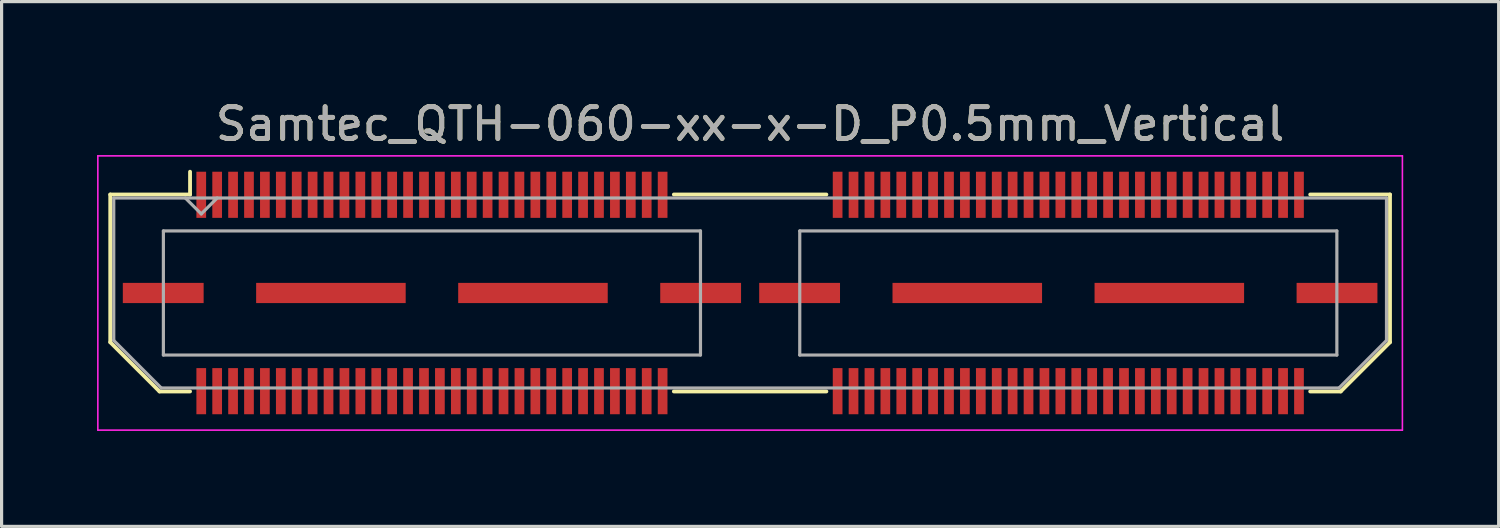
<source format=kicad_pcb>
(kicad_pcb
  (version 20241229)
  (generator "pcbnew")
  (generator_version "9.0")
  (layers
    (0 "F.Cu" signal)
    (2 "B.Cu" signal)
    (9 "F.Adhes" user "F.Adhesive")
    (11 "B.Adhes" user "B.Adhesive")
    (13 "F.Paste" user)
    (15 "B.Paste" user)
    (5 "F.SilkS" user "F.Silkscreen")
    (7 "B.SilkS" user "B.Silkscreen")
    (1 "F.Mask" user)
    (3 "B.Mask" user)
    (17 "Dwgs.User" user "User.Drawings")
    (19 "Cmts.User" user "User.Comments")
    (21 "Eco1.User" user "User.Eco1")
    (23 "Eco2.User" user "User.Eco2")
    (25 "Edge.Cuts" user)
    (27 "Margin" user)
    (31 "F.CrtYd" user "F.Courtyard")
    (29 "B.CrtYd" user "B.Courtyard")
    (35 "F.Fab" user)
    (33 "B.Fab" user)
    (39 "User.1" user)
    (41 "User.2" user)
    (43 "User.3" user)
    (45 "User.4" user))
  (footprint "Samtec_QTH-060-xx-x-D_P0.5mm_Vertical"
    (layer "F.Cu")
    (at 20.525 6.158)
    (property "Reference" "Samtec_QTH-060-xx-x-D_P0.5mm_Vertical" (at 0 -5.31 0) (layer "F.SilkS") (effects (font (size 1 1) (thickness 0.15))))
    (attr smd)
    (fp_line (start -20.11 -3.095) (end -20.11 1.548) (stroke (width 0.12) (type solid)) (layer "F.SilkS"))
    (fp_line (start -20.11 1.548) (end -18.562 3.095) (stroke (width 0.12) (type solid)) (layer "F.SilkS"))
    (fp_line (start -18.562 3.095) (end -17.602 3.095) (stroke (width 0.12) (type solid)) (layer "F.SilkS"))
    (fp_line (start -17.602 -3.811) (end -17.602 -3.095) (stroke (width 0.12) (type solid)) (layer "F.SilkS"))
    (fp_line (start -17.602 -3.095) (end -20.11 -3.095) (stroke (width 0.12) (type solid)) (layer "F.SilkS"))
    (fp_line (start -2.397 -3.095) (end 2.397 -3.095) (stroke (width 0.12) (type solid)) (layer "F.SilkS"))
    (fp_line (start -2.397 3.095) (end 2.397 3.095) (stroke (width 0.12) (type solid)) (layer "F.SilkS"))
    (fp_line (start 17.602 -3.095) (end 20.11 -3.095) (stroke (width 0.12) (type solid)) (layer "F.SilkS"))
    (fp_line (start 18.562 3.095) (end 17.602 3.095) (stroke (width 0.12) (type solid)) (layer "F.SilkS"))
    (fp_line (start 20.11 -3.095) (end 20.11 1.548) (stroke (width 0.12) (type solid)) (layer "F.SilkS"))
    (fp_line (start 20.11 1.548) (end 18.562 3.095) (stroke (width 0.12) (type solid)) (layer "F.SilkS"))
    (fp_line (start -20.5 -4.31) (end -20.5 4.31) (stroke (width 0.05) (type solid)) (layer "F.CrtYd"))
    (fp_line (start -20.5 4.31) (end 20.5 4.31) (stroke (width 0.05) (type solid)) (layer "F.CrtYd"))
    (fp_line (start 20.5 -4.31) (end -20.5 -4.31) (stroke (width 0.05) (type solid)) (layer "F.CrtYd"))
    (fp_line (start 20.5 4.31) (end 20.5 -4.31) (stroke (width 0.05) (type solid)) (layer "F.CrtYd"))
    (fp_line (start -20 -2.985) (end -20 1.492) (stroke (width 0.1) (type solid)) (layer "F.Fab"))
    (fp_line (start -20 -2.985) (end 20 -2.985) (stroke (width 0.1) (type solid)) (layer "F.Fab"))
    (fp_line (start -20 1.492) (end -18.508 2.985) (stroke (width 0.1) (type solid)) (layer "F.Fab"))
    (fp_line (start -18.508 2.985) (end 18.508 2.985) (stroke (width 0.1) (type solid)) (layer "F.Fab"))
    (fp_line (start -18.44 -1.95) (end -18.44 1.95) (stroke (width 0.1) (type solid)) (layer "F.Fab"))
    (fp_line (start -18.44 1.95) (end -1.56 1.95) (stroke (width 0.1) (type solid)) (layer "F.Fab"))
    (fp_line (start -17.25 -2.485) (end -17.75 -2.985) (stroke (width 0.1) (type solid)) (layer "F.Fab"))
    (fp_line (start -16.75 -2.985) (end -17.25 -2.485) (stroke (width 0.1) (type solid)) (layer "F.Fab"))
    (fp_line (start -1.56 -1.95) (end -18.44 -1.95) (stroke (width 0.1) (type solid)) (layer "F.Fab"))
    (fp_line (start -1.56 1.95) (end -1.56 -1.95) (stroke (width 0.1) (type solid)) (layer "F.Fab"))
    (fp_line (start 1.56 -1.95) (end 1.56 1.95) (stroke (width 0.1) (type solid)) (layer "F.Fab"))
    (fp_line (start 1.56 1.95) (end 18.44 1.95) (stroke (width 0.1) (type solid)) (layer "F.Fab"))
    (fp_line (start 18.44 -1.95) (end 1.56 -1.95) (stroke (width 0.1) (type solid)) (layer "F.Fab"))
    (fp_line (start 18.44 1.95) (end 18.44 -1.95) (stroke (width 0.1) (type solid)) (layer "F.Fab"))
    (fp_line (start 20 -2.985) (end 20 1.492) (stroke (width 0.1) (type solid)) (layer "F.Fab"))
    (fp_line (start 20 1.492) (end 18.508 2.985) (stroke (width 0.1) (type solid)) (layer "F.Fab"))
    (fp_text user "${REFERENCE}" (at 0 -5.31 0) (layer "F.Fab") (effects (font (size 1 1) (thickness 0.15))))
    (pad "1" smd rect (at -17.25 -3.086) (size 0.305 1.45) (layers "F.Cu" "F.Mask" "F.Paste"))
    (pad "2" smd rect (at -17.25 3.086) (size 0.305 1.45) (layers "F.Cu" "F.Mask" "F.Paste"))
    (pad "3" smd rect (at -16.75 -3.086) (size 0.305 1.45) (layers "F.Cu" "F.Mask" "F.Paste"))
    (pad "4" smd rect (at -16.75 3.086) (size 0.305 1.45) (layers "F.Cu" "F.Mask" "F.Paste"))
    (pad "5" smd rect (at -16.25 -3.086) (size 0.305 1.45) (layers "F.Cu" "F.Mask" "F.Paste"))
    (pad "6" smd rect (at -16.25 3.086) (size 0.305 1.45) (layers "F.Cu" "F.Mask" "F.Paste"))
    (pad "7" smd rect (at -15.75 -3.086) (size 0.305 1.45) (layers "F.Cu" "F.Mask" "F.Paste"))
    (pad "8" smd rect (at -15.75 3.086) (size 0.305 1.45) (layers "F.Cu" "F.Mask" "F.Paste"))
    (pad "9" smd rect (at -15.25 -3.086) (size 0.305 1.45) (layers "F.Cu" "F.Mask" "F.Paste"))
    (pad "10" smd rect (at -15.25 3.086) (size 0.305 1.45) (layers "F.Cu" "F.Mask" "F.Paste"))
    (pad "11" smd rect (at -14.75 -3.086) (size 0.305 1.45) (layers "F.Cu" "F.Mask" "F.Paste"))
    (pad "12" smd rect (at -14.75 3.086) (size 0.305 1.45) (layers "F.Cu" "F.Mask" "F.Paste"))
    (pad "13" smd rect (at -14.25 -3.086) (size 0.305 1.45) (layers "F.Cu" "F.Mask" "F.Paste"))
    (pad "14" smd rect (at -14.25 3.086) (size 0.305 1.45) (layers "F.Cu" "F.Mask" "F.Paste"))
    (pad "15" smd rect (at -13.75 -3.086) (size 0.305 1.45) (layers "F.Cu" "F.Mask" "F.Paste"))
    (pad "16" smd rect (at -13.75 3.086) (size 0.305 1.45) (layers "F.Cu" "F.Mask" "F.Paste"))
    (pad "17" smd rect (at -13.25 -3.086) (size 0.305 1.45) (layers "F.Cu" "F.Mask" "F.Paste"))
    (pad "18" smd rect (at -13.25 3.086) (size 0.305 1.45) (layers "F.Cu" "F.Mask" "F.Paste"))
    (pad "19" smd rect (at -12.75 -3.086) (size 0.305 1.45) (layers "F.Cu" "F.Mask" "F.Paste"))
    (pad "20" smd rect (at -12.75 3.086) (size 0.305 1.45) (layers "F.Cu" "F.Mask" "F.Paste"))
    (pad "21" smd rect (at -12.25 -3.086) (size 0.305 1.45) (layers "F.Cu" "F.Mask" "F.Paste"))
    (pad "22" smd rect (at -12.25 3.086) (size 0.305 1.45) (layers "F.Cu" "F.Mask" "F.Paste"))
    (pad "23" smd rect (at -11.75 -3.086) (size 0.305 1.45) (layers "F.Cu" "F.Mask" "F.Paste"))
    (pad "24" smd rect (at -11.75 3.086) (size 0.305 1.45) (layers "F.Cu" "F.Mask" "F.Paste"))
    (pad "25" smd rect (at -11.25 -3.086) (size 0.305 1.45) (layers "F.Cu" "F.Mask" "F.Paste"))
    (pad "26" smd rect (at -11.25 3.086) (size 0.305 1.45) (layers "F.Cu" "F.Mask" "F.Paste"))
    (pad "27" smd rect (at -10.75 -3.086) (size 0.305 1.45) (layers "F.Cu" "F.Mask" "F.Paste"))
    (pad "28" smd rect (at -10.75 3.086) (size 0.305 1.45) (layers "F.Cu" "F.Mask" "F.Paste"))
    (pad "29" smd rect (at -10.25 -3.086) (size 0.305 1.45) (layers "F.Cu" "F.Mask" "F.Paste"))
    (pad "30" smd rect (at -10.25 3.086) (size 0.305 1.45) (layers "F.Cu" "F.Mask" "F.Paste"))
    (pad "31" smd rect (at -9.75 -3.086) (size 0.305 1.45) (layers "F.Cu" "F.Mask" "F.Paste"))
    (pad "32" smd rect (at -9.75 3.086) (size 0.305 1.45) (layers "F.Cu" "F.Mask" "F.Paste"))
    (pad "33" smd rect (at -9.25 -3.086) (size 0.305 1.45) (layers "F.Cu" "F.Mask" "F.Paste"))
    (pad "34" smd rect (at -9.25 3.086) (size 0.305 1.45) (layers "F.Cu" "F.Mask" "F.Paste"))
    (pad "35" smd rect (at -8.75 -3.086) (size 0.305 1.45) (layers "F.Cu" "F.Mask" "F.Paste"))
    (pad "36" smd rect (at -8.75 3.086) (size 0.305 1.45) (layers "F.Cu" "F.Mask" "F.Paste"))
    (pad "37" smd rect (at -8.25 -3.086) (size 0.305 1.45) (layers "F.Cu" "F.Mask" "F.Paste"))
    (pad "38" smd rect (at -8.25 3.086) (size 0.305 1.45) (layers "F.Cu" "F.Mask" "F.Paste"))
    (pad "39" smd rect (at -7.75 -3.086) (size 0.305 1.45) (layers "F.Cu" "F.Mask" "F.Paste"))
    (pad "40" smd rect (at -7.75 3.086) (size 0.305 1.45) (layers "F.Cu" "F.Mask" "F.Paste"))
    (pad "41" smd rect (at -7.25 -3.086) (size 0.305 1.45) (layers "F.Cu" "F.Mask" "F.Paste"))
    (pad "42" smd rect (at -7.25 3.086) (size 0.305 1.45) (layers "F.Cu" "F.Mask" "F.Paste"))
    (pad "43" smd rect (at -6.75 -3.086) (size 0.305 1.45) (layers "F.Cu" "F.Mask" "F.Paste"))
    (pad "44" smd rect (at -6.75 3.086) (size 0.305 1.45) (layers "F.Cu" "F.Mask" "F.Paste"))
    (pad "45" smd rect (at -6.25 -3.086) (size 0.305 1.45) (layers "F.Cu" "F.Mask" "F.Paste"))
    (pad "46" smd rect (at -6.25 3.086) (size 0.305 1.45) (layers "F.Cu" "F.Mask" "F.Paste"))
    (pad "47" smd rect (at -5.75 -3.086) (size 0.305 1.45) (layers "F.Cu" "F.Mask" "F.Paste"))
    (pad "48" smd rect (at -5.75 3.086) (size 0.305 1.45) (layers "F.Cu" "F.Mask" "F.Paste"))
    (pad "49" smd rect (at -5.25 -3.086) (size 0.305 1.45) (layers "F.Cu" "F.Mask" "F.Paste"))
    (pad "50" smd rect (at -5.25 3.086) (size 0.305 1.45) (layers "F.Cu" "F.Mask" "F.Paste"))
    (pad "51" smd rect (at -4.75 -3.086) (size 0.305 1.45) (layers "F.Cu" "F.Mask" "F.Paste"))
    (pad "52" smd rect (at -4.75 3.086) (size 0.305 1.45) (layers "F.Cu" "F.Mask" "F.Paste"))
    (pad "53" smd rect (at -4.25 -3.086) (size 0.305 1.45) (layers "F.Cu" "F.Mask" "F.Paste"))
    (pad "54" smd rect (at -4.25 3.086) (size 0.305 1.45) (layers "F.Cu" "F.Mask" "F.Paste"))
    (pad "55" smd rect (at -3.75 -3.086) (size 0.305 1.45) (layers "F.Cu" "F.Mask" "F.Paste"))
    (pad "56" smd rect (at -3.75 3.086) (size 0.305 1.45) (layers "F.Cu" "F.Mask" "F.Paste"))
    (pad "57" smd rect (at -3.25 -3.086) (size 0.305 1.45) (layers "F.Cu" "F.Mask" "F.Paste"))
    (pad "58" smd rect (at -3.25 3.086) (size 0.305 1.45) (layers "F.Cu" "F.Mask" "F.Paste"))
    (pad "59" smd rect (at -2.75 -3.086) (size 0.305 1.45) (layers "F.Cu" "F.Mask" "F.Paste"))
    (pad "60" smd rect (at -2.75 3.086) (size 0.305 1.45) (layers "F.Cu" "F.Mask" "F.Paste"))
    (pad "61" smd rect (at 2.75 -3.086) (size 0.305 1.45) (layers "F.Cu" "F.Mask" "F.Paste"))
    (pad "62" smd rect (at 2.75 3.086) (size 0.305 1.45) (layers "F.Cu" "F.Mask" "F.Paste"))
    (pad "63" smd rect (at 3.25 -3.086) (size 0.305 1.45) (layers "F.Cu" "F.Mask" "F.Paste"))
    (pad "64" smd rect (at 3.25 3.086) (size 0.305 1.45) (layers "F.Cu" "F.Mask" "F.Paste"))
    (pad "65" smd rect (at 3.75 -3.086) (size 0.305 1.45) (layers "F.Cu" "F.Mask" "F.Paste"))
    (pad "66" smd rect (at 3.75 3.086) (size 0.305 1.45) (layers "F.Cu" "F.Mask" "F.Paste"))
    (pad "67" smd rect (at 4.25 -3.086) (size 0.305 1.45) (layers "F.Cu" "F.Mask" "F.Paste"))
    (pad "68" smd rect (at 4.25 3.086) (size 0.305 1.45) (layers "F.Cu" "F.Mask" "F.Paste"))
    (pad "69" smd rect (at 4.75 -3.086) (size 0.305 1.45) (layers "F.Cu" "F.Mask" "F.Paste"))
    (pad "70" smd rect (at 4.75 3.086) (size 0.305 1.45) (layers "F.Cu" "F.Mask" "F.Paste"))
    (pad "71" smd rect (at 5.25 -3.086) (size 0.305 1.45) (layers "F.Cu" "F.Mask" "F.Paste"))
    (pad "72" smd rect (at 5.25 3.086) (size 0.305 1.45) (layers "F.Cu" "F.Mask" "F.Paste"))
    (pad "73" smd rect (at 5.75 -3.086) (size 0.305 1.45) (layers "F.Cu" "F.Mask" "F.Paste"))
    (pad "74" smd rect (at 5.75 3.086) (size 0.305 1.45) (layers "F.Cu" "F.Mask" "F.Paste"))
    (pad "75" smd rect (at 6.25 -3.086) (size 0.305 1.45) (layers "F.Cu" "F.Mask" "F.Paste"))
    (pad "76" smd rect (at 6.25 3.086) (size 0.305 1.45) (layers "F.Cu" "F.Mask" "F.Paste"))
    (pad "77" smd rect (at 6.75 -3.086) (size 0.305 1.45) (layers "F.Cu" "F.Mask" "F.Paste"))
    (pad "78" smd rect (at 6.75 3.086) (size 0.305 1.45) (layers "F.Cu" "F.Mask" "F.Paste"))
    (pad "79" smd rect (at 7.25 -3.086) (size 0.305 1.45) (layers "F.Cu" "F.Mask" "F.Paste"))
    (pad "80" smd rect (at 7.25 3.086) (size 0.305 1.45) (layers "F.Cu" "F.Mask" "F.Paste"))
    (pad "81" smd rect (at 7.75 -3.086) (size 0.305 1.45) (layers "F.Cu" "F.Mask" "F.Paste"))
    (pad "82" smd rect (at 7.75 3.086) (size 0.305 1.45) (layers "F.Cu" "F.Mask" "F.Paste"))
    (pad "83" smd rect (at 8.25 -3.086) (size 0.305 1.45) (layers "F.Cu" "F.Mask" "F.Paste"))
    (pad "84" smd rect (at 8.25 3.086) (size 0.305 1.45) (layers "F.Cu" "F.Mask" "F.Paste"))
    (pad "85" smd rect (at 8.75 -3.086) (size 0.305 1.45) (layers "F.Cu" "F.Mask" "F.Paste"))
    (pad "86" smd rect (at 8.75 3.086) (size 0.305 1.45) (layers "F.Cu" "F.Mask" "F.Paste"))
    (pad "87" smd rect (at 9.25 -3.086) (size 0.305 1.45) (layers "F.Cu" "F.Mask" "F.Paste"))
    (pad "88" smd rect (at 9.25 3.086) (size 0.305 1.45) (layers "F.Cu" "F.Mask" "F.Paste"))
    (pad "89" smd rect (at 9.75 -3.086) (size 0.305 1.45) (layers "F.Cu" "F.Mask" "F.Paste"))
    (pad "90" smd rect (at 9.75 3.086) (size 0.305 1.45) (layers "F.Cu" "F.Mask" "F.Paste"))
    (pad "91" smd rect (at 10.25 -3.086) (size 0.305 1.45) (layers "F.Cu" "F.Mask" "F.Paste"))
    (pad "92" smd rect (at 10.25 3.086) (size 0.305 1.45) (layers "F.Cu" "F.Mask" "F.Paste"))
    (pad "93" smd rect (at 10.75 -3.086) (size 0.305 1.45) (layers "F.Cu" "F.Mask" "F.Paste"))
    (pad "94" smd rect (at 10.75 3.086) (size 0.305 1.45) (layers "F.Cu" "F.Mask" "F.Paste"))
    (pad "95" smd rect (at 11.25 -3.086) (size 0.305 1.45) (layers "F.Cu" "F.Mask" "F.Paste"))
    (pad "96" smd rect (at 11.25 3.086) (size 0.305 1.45) (layers "F.Cu" "F.Mask" "F.Paste"))
    (pad "97" smd rect (at 11.75 -3.086) (size 0.305 1.45) (layers "F.Cu" "F.Mask" "F.Paste"))
    (pad "98" smd rect (at 11.75 3.086) (size 0.305 1.45) (layers "F.Cu" "F.Mask" "F.Paste"))
    (pad "99" smd rect (at 12.25 -3.086) (size 0.305 1.45) (layers "F.Cu" "F.Mask" "F.Paste"))
    (pad "100" smd rect (at 12.25 3.086) (size 0.305 1.45) (layers "F.Cu" "F.Mask" "F.Paste"))
    (pad "101" smd rect (at 12.75 -3.086) (size 0.305 1.45) (layers "F.Cu" "F.Mask" "F.Paste"))
    (pad "102" smd rect (at 12.75 3.086) (size 0.305 1.45) (layers "F.Cu" "F.Mask" "F.Paste"))
    (pad "103" smd rect (at 13.25 -3.086) (size 0.305 1.45) (layers "F.Cu" "F.Mask" "F.Paste"))
    (pad "104" smd rect (at 13.25 3.086) (size 0.305 1.45) (layers "F.Cu" "F.Mask" "F.Paste"))
    (pad "105" smd rect (at 13.75 -3.086) (size 0.305 1.45) (layers "F.Cu" "F.Mask" "F.Paste"))
    (pad "106" smd rect (at 13.75 3.086) (size 0.305 1.45) (layers "F.Cu" "F.Mask" "F.Paste"))
    (pad "107" smd rect (at 14.25 -3.086) (size 0.305 1.45) (layers "F.Cu" "F.Mask" "F.Paste"))
    (pad "108" smd rect (at 14.25 3.086) (size 0.305 1.45) (layers "F.Cu" "F.Mask" "F.Paste"))
    (pad "109" smd rect (at 14.75 -3.086) (size 0.305 1.45) (layers "F.Cu" "F.Mask" "F.Paste"))
    (pad "110" smd rect (at 14.75 3.086) (size 0.305 1.45) (layers "F.Cu" "F.Mask" "F.Paste"))
    (pad "111" smd rect (at 15.25 -3.086) (size 0.305 1.45) (layers "F.Cu" "F.Mask" "F.Paste"))
    (pad "112" smd rect (at 15.25 3.086) (size 0.305 1.45) (layers "F.Cu" "F.Mask" "F.Paste"))
    (pad "113" smd rect (at 15.75 -3.086) (size 0.305 1.45) (layers "F.Cu" "F.Mask" "F.Paste"))
    (pad "114" smd rect (at 15.75 3.086) (size 0.305 1.45) (layers "F.Cu" "F.Mask" "F.Paste"))
    (pad "115" smd rect (at 16.25 -3.086) (size 0.305 1.45) (layers "F.Cu" "F.Mask" "F.Paste"))
    (pad "116" smd rect (at 16.25 3.086) (size 0.305 1.45) (layers "F.Cu" "F.Mask" "F.Paste"))
    (pad "117" smd rect (at 16.75 -3.086) (size 0.305 1.45) (layers "F.Cu" "F.Mask" "F.Paste"))
    (pad "118" smd rect (at 16.75 3.086) (size 0.305 1.45) (layers "F.Cu" "F.Mask" "F.Paste"))
    (pad "119" smd rect (at 17.25 -3.086) (size 0.305 1.45) (layers "F.Cu" "F.Mask" "F.Paste"))
    (pad "120" smd rect (at 17.25 3.086) (size 0.305 1.45) (layers "F.Cu" "F.Mask" "F.Paste"))
    (pad "P1" smd rect (at -18.445 0) (size 2.54 0.635) (layers "F.Cu" "F.Mask" "F.Paste"))
    (pad "P1" smd rect (at -13.175 0) (size 4.7 0.635) (layers "F.Cu" "F.Mask" "F.Paste"))
    (pad "P1" smd rect (at -6.825 0) (size 4.7 0.635) (layers "F.Cu" "F.Mask" "F.Paste"))
    (pad "P1" smd rect (at -1.555 0) (size 2.54 0.635) (layers "F.Cu" "F.Mask" "F.Paste"))
    (pad "P2" smd rect (at 1.555 0) (size 2.54 0.635) (layers "F.Cu" "F.Mask" "F.Paste"))
    (pad "P2" smd rect (at 6.825 0) (size 4.7 0.635) (layers "F.Cu" "F.Mask" "F.Paste"))
    (pad "P2" smd rect (at 13.175 0) (size 4.7 0.635) (layers "F.Cu" "F.Mask" "F.Paste"))
    (pad "P2" smd rect (at 18.445 0) (size 2.54 0.635) (layers "F.Cu" "F.Mask" "F.Paste")))
  (gr_rect
    (start -3 -3)
    (end 44.05 13.493)
    (stroke (width 0.1) (type default))
    (fill no)
    (layer "Edge.Cuts")))
</source>
